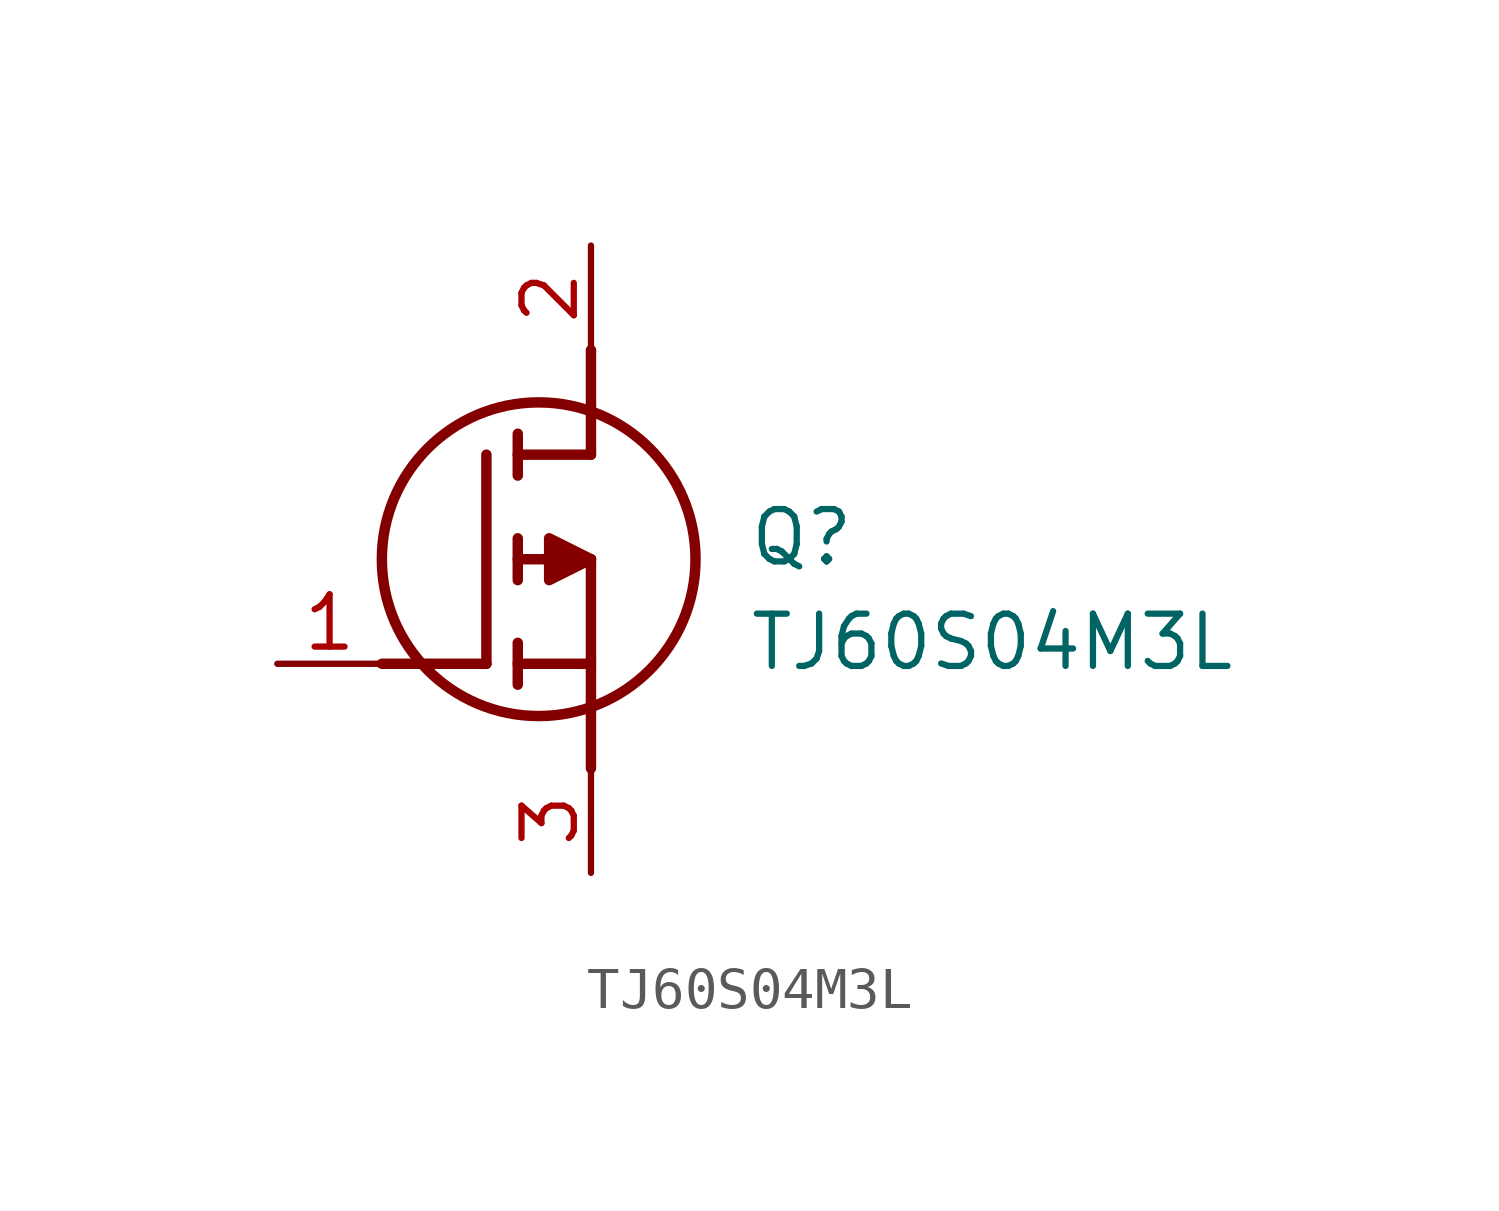
<source format=kicad_sym>
(kicad_symbol_lib
  (version 20211014)
  (generator SamacSys_ECAD_Model)
  (symbol "TJ60S04M3L"
    (pin_names hide)
    (property "Reference" "Q"
      (at 11.43 3.81 0)
      (effects (font (size 1.27 1.27)) (justify left top)))
    (property "Value" "TJ60S04M3L"
      (at 11.43 1.27 0)
      (effects (font (size 1.27 1.27)) (justify left top)))
    (polyline
      (pts (xy 7.62 2.54) (xy 7.62 -2.54))
      (stroke (width 0.254) (type default))
      (fill (type none)))
    (polyline
      (pts (xy 7.62 5.08) (xy 7.62 7.62))
      (stroke (width 0.254) (type default))
      (fill (type none)))
    (polyline
      (pts (xy 2.54 0) (xy 5.08 0))
      (stroke (width 0.254) (type default))
      (fill (type none)))
    (polyline
      (pts (xy 5.08 5.08) (xy 5.08 0))
      (stroke (width 0.254) (type default))
      (fill (type none)))
    (polyline
      (pts (xy 7.62 2.54) (xy 5.842 2.54))
      (stroke (width 0.254) (type default))
      (fill (type none)))
    (polyline
      (pts (xy 7.62 5.08) (xy 5.842 5.08))
      (stroke (width 0.254) (type default))
      (fill (type none)))
    (polyline
      (pts (xy 5.842 0) (xy 7.62 0))
      (stroke (width 0.254) (type default))
      (fill (type none)))
    (polyline
      (pts (xy 5.842 5.588) (xy 5.842 4.572))
      (stroke (width 0.254) (type default))
      (fill (type none)))
    (polyline
      (pts (xy 5.842 -0.508) (xy 5.842 0.508))
      (stroke (width 0.254) (type default))
      (fill (type none)))
    (polyline
      (pts (xy 5.842 2.032) (xy 5.842 3.048))
      (stroke (width 0.254) (type default))
      (fill (type none)))
    (circle
      (center 6.35 2.54)
      (radius 3.81)
      (stroke (width 0.254) (type default))
      (fill (type none)))
    (polyline
      (pts (xy 7.62 2.54) (xy 6.604 3.048) (xy 6.604 2.032) (xy 7.62 2.54))
      (stroke (width 0.254) (type default))
      (fill (type outline)))
    (pin passive line
      (at 0 0 0)
      (length 2.54)
      (name "G" (effects (font (size 1.27 1.27))))
      (number "1" (effects (font (size 1.27 1.27)))))
    (pin passive line
      (at 7.62 10.16 270)
      (length 2.54)
      (name "D" (effects (font (size 1.27 1.27))))
      (number "2" (effects (font (size 1.27 1.27)))))
    (pin passive line
      (at 7.62 -5.08 90)
      (length 2.54)
      (name "S" (effects (font (size 1.27 1.27))))
      (number "3" (effects (font (size 1.27 1.27)))))))
</source>
